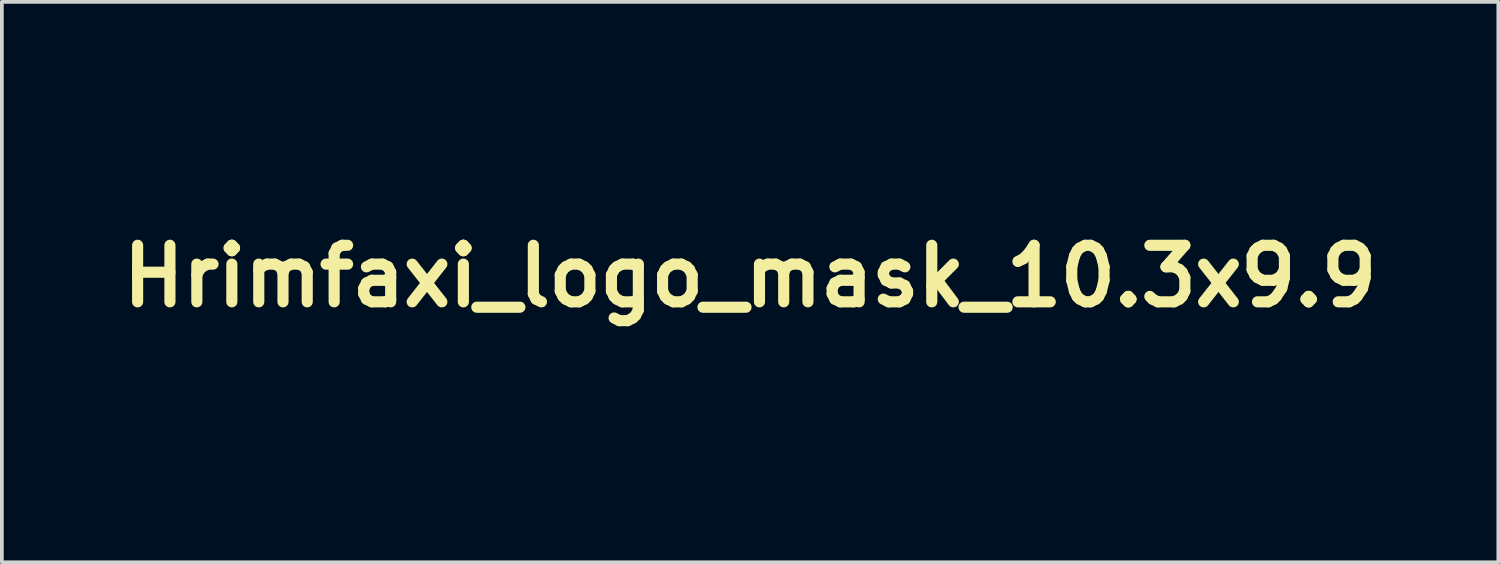
<source format=kicad_pcb>
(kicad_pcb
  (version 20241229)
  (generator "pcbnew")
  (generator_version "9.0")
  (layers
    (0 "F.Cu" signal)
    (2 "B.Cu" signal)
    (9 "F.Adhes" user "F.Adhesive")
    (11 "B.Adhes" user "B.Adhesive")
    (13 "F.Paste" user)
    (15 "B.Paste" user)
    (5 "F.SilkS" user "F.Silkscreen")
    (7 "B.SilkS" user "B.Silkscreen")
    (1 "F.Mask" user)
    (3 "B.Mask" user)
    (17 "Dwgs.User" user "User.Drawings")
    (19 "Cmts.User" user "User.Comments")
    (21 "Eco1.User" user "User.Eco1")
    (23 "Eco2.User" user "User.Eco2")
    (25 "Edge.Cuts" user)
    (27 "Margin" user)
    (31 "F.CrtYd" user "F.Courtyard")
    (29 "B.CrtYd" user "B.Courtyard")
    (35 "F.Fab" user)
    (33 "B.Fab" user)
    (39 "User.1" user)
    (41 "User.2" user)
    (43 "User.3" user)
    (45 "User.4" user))
  (footprint "Hrimfaxi_logo_mask_10.3x9.9"
    (layer "F.Cu")
    (at 17.17 4.397)
    (property "Reference" "Hrimfaxi_logo_mask_10.3x9.9" (at 0 0 0) (layer "F.SilkS") (effects (font (size 1.524 1.524) (thickness 0.3))))
    (attr through_hole)
    (fp_poly (pts (xy 4.433 1.074) (xy 4.422 1.085) (xy 4.41 1.074) (xy 4.422 1.062) (xy 4.433 1.074)) (stroke (width 0.01) (type solid)) (fill yes) (layer "F.Mask"))
    (fp_poly (pts (xy 3.433 0.031) (xy 3.43 0.045) (xy 3.417 0.046) (xy 3.398 0.038) (xy 3.402 0.031) (xy 3.429 0.028) (xy 3.433 0.031)) (stroke (width 0.01) (type solid)) (fill yes) (layer "F.Mask"))
    (fp_poly (pts (xy -0.603 2.53) (xy -0.531 2.573) (xy -0.511 2.587) (xy -0.414 2.657) (xy -0.506 2.766) (xy -0.564 2.834) (xy -0.615 2.897) (xy -0.641 2.929) (xy -0.674 2.964) (xy -0.698 2.963) (xy -0.707 2.952) (xy -0.727 2.9) (xy -0.736 2.82) (xy -0.734 2.726) (xy -0.72 2.637) (xy -0.714 2.612) (xy -0.688 2.548) (xy -0.653 2.521) (xy -0.603 2.53)) (stroke (width 0.01) (type solid)) (fill yes) (layer "F.Mask"))
    (fp_poly (pts (xy 4.489 2.533) (xy 4.564 2.577) (xy 4.61 2.614) (xy 4.66 2.66) (xy 4.532 2.819) (xy 4.469 2.898) (xy 4.428 2.946) (xy 4.404 2.97) (xy 4.391 2.974) (xy 4.381 2.964) (xy 4.378 2.959) (xy 4.358 2.902) (xy 4.349 2.824) (xy 4.351 2.735) (xy 4.362 2.649) (xy 4.38 2.576) (xy 4.404 2.528) (xy 4.426 2.517) (xy 4.489 2.533)) (stroke (width 0.01) (type solid)) (fill yes) (layer "F.Mask"))
    (fp_poly (pts (xy 4.282 3.149) (xy 4.352 3.199) (xy 4.386 3.238) (xy 4.388 3.279) (xy 4.36 3.332) (xy 4.351 3.346) (xy 4.305 3.429) (xy 4.253 3.542) (xy 4.2 3.671) (xy 4.152 3.802) (xy 4.116 3.922) (xy 4.101 3.98) (xy 4.073 4.115) (xy 3.999 4.053) (xy 3.961 4.016) (xy 3.938 3.975) (xy 3.927 3.922) (xy 3.93 3.849) (xy 3.946 3.747) (xy 3.971 3.617) (xy 4.014 3.442) (xy 4.064 3.304) (xy 4.118 3.205) (xy 4.176 3.147) (xy 4.236 3.131) (xy 4.282 3.149)) (stroke (width 0.01) (type solid)) (fill yes) (layer "F.Mask"))
    (fp_poly (pts (xy -0.813 3.147) (xy -0.735 3.204) (xy -0.724 3.214) (xy -0.675 3.259) (xy -0.75 3.384) (xy -0.793 3.466) (xy -0.841 3.571) (xy -0.888 3.687) (xy -0.931 3.805) (xy -0.965 3.913) (xy -0.987 3.998) (xy -0.993 4.043) (xy -0.999 4.093) (xy -1.02 4.106) (xy -1.061 4.082) (xy -1.093 4.054) (xy -1.13 4.008) (xy -1.149 3.949) (xy -1.153 3.869) (xy -1.141 3.761) (xy -1.113 3.617) (xy -1.108 3.594) (xy -1.066 3.434) (xy -1.016 3.3) (xy -0.962 3.199) (xy -0.921 3.15) (xy -0.874 3.13) (xy -0.813 3.147)) (stroke (width 0.01) (type solid)) (fill yes) (layer "F.Mask"))
    (fp_poly (pts (xy -0.904 -4.372) (xy -0.891 -4.323) (xy -0.873 -4.238) (xy -0.862 -4.185) (xy -0.842 -4.08) (xy -0.83 -4.008) (xy -0.828 -3.96) (xy -0.835 -3.924) (xy -0.851 -3.888) (xy -0.857 -3.876) (xy -0.887 -3.806) (xy -0.915 -3.718) (xy -0.926 -3.677) (xy -0.946 -3.605) (xy -0.966 -3.569) (xy -0.995 -3.556) (xy -1.006 -3.556) (xy -1.052 -3.571) (xy -1.071 -3.593) (xy -1.077 -3.631) (xy -1.082 -3.703) (xy -1.085 -3.796) (xy -1.085 -3.846) (xy -1.073 -4.036) (xy -1.036 -4.198) (xy -0.977 -4.328) (xy -0.949 -4.367) (xy -0.931 -4.388) (xy -0.917 -4.392) (xy -0.904 -4.372)) (stroke (width 0.01) (type solid)) (fill yes) (layer "F.Mask"))
    (fp_poly (pts (xy -1.714 2.966) (xy -1.659 2.992) (xy -1.603 3.024) (xy -1.56 3.053) (xy -1.547 3.07) (xy -1.564 3.101) (xy -1.573 3.108) (xy -1.596 3.136) (xy -1.628 3.194) (xy -1.663 3.266) (xy -1.696 3.34) (xy -1.719 3.403) (xy -1.727 3.441) (xy -1.727 3.444) (xy -1.709 3.438) (xy -1.669 3.405) (xy -1.612 3.352) (xy -1.547 3.287) (xy -1.481 3.217) (xy -1.422 3.149) (xy -1.376 3.092) (xy -1.371 3.085) (xy -1.331 3.04) (xy -1.292 3.029) (xy -1.26 3.034) (xy -1.216 3.052) (xy -1.211 3.08) (xy -1.214 3.089) (xy -1.223 3.131) (xy -1.23 3.204) (xy -1.234 3.293) (xy -1.235 3.308) (xy -1.242 3.428) (xy -1.259 3.505) (xy -1.287 3.539) (xy -1.328 3.532) (xy -1.364 3.505) (xy -1.417 3.448) (xy -1.457 3.395) (xy -1.494 3.339) (xy -1.628 3.465) (xy -1.764 3.624) (xy -1.864 3.811) (xy -1.92 3.988) (xy -1.944 4.068) (xy -1.975 4.105) (xy -2.019 4.103) (xy -2.077 4.066) (xy -2.107 4.04) (xy -2.121 4.013) (xy -2.12 3.971) (xy -2.106 3.901) (xy -2.103 3.888) (xy -2.073 3.768) (xy -2.035 3.636) (xy -1.991 3.498) (xy -1.944 3.362) (xy -1.896 3.235) (xy -1.85 3.123) (xy -1.809 3.035) (xy -1.776 2.977) (xy -1.752 2.956) (xy -1.752 2.956) (xy -1.714 2.966)) (stroke (width 0.01) (type solid)) (fill yes) (layer "F.Mask"))
    (fp_poly (pts (xy 3.841 3.005) (xy 3.88 3.037) (xy 3.902 3.068) (xy 3.902 3.073) (xy 3.889 3.115) (xy 3.852 3.183) (xy 3.799 3.266) (xy 3.736 3.356) (xy 3.67 3.443) (xy 3.608 3.516) (xy 3.581 3.543) (xy 3.529 3.6) (xy 3.495 3.648) (xy 3.487 3.671) (xy 3.496 3.708) (xy 3.522 3.774) (xy 3.558 3.856) (xy 3.569 3.878) (xy 3.611 3.974) (xy 3.629 4.038) (xy 3.621 4.079) (xy 3.585 4.105) (xy 3.529 4.122) (xy 3.496 4.127) (xy 3.469 4.115) (xy 3.44 4.081) (xy 3.4 4.015) (xy 3.384 3.987) (xy 3.3 3.837) (xy 3.088 3.997) (xy 2.985 4.073) (xy 2.913 4.122) (xy 2.864 4.147) (xy 2.834 4.152) (xy 2.816 4.138) (xy 2.81 4.125) (xy 2.822 4.096) (xy 2.871 4.048) (xy 2.952 3.984) (xy 2.966 3.974) (xy 3.051 3.911) (xy 3.128 3.849) (xy 3.185 3.8) (xy 3.197 3.789) (xy 3.259 3.723) (xy 3.187 3.507) (xy 3.152 3.391) (xy 3.124 3.277) (xy 3.105 3.172) (xy 3.096 3.086) (xy 3.097 3.027) (xy 3.111 3.002) (xy 3.113 3.002) (xy 3.149 3.006) (xy 3.212 3.018) (xy 3.255 3.027) (xy 3.371 3.052) (xy 3.373 3.206) (xy 3.378 3.303) (xy 3.39 3.396) (xy 3.403 3.452) (xy 3.431 3.544) (xy 3.516 3.429) (xy 3.571 3.348) (xy 3.633 3.247) (xy 3.686 3.152) (xy 3.726 3.075) (xy 3.758 3.016) (xy 3.774 2.986) (xy 3.776 2.984) (xy 3.801 2.983) (xy 3.841 3.005)) (stroke (width 0.01) (type solid)) (fill yes) (layer "F.Mask"))
    (fp_poly (pts (xy 2.451 3.046) (xy 2.5 3.092) (xy 2.512 3.105) (xy 2.591 3.192) (xy 2.502 3.232) (xy 2.424 3.281) (xy 2.336 3.36) (xy 2.248 3.456) (xy 2.172 3.557) (xy 2.124 3.641) (xy 2.09 3.731) (xy 2.065 3.827) (xy 2.06 3.862) (xy 2.056 3.928) (xy 2.062 3.961) (xy 2.083 3.971) (xy 2.096 3.972) (xy 2.147 3.951) (xy 2.213 3.893) (xy 2.29 3.801) (xy 2.374 3.68) (xy 2.463 3.535) (xy 2.552 3.37) (xy 2.563 3.348) (xy 2.617 3.249) (xy 2.66 3.19) (xy 2.7 3.165) (xy 2.742 3.171) (xy 2.781 3.194) (xy 2.799 3.211) (xy 2.806 3.233) (xy 2.801 3.269) (xy 2.781 3.328) (xy 2.745 3.421) (xy 2.741 3.431) (xy 2.674 3.618) (xy 2.634 3.778) (xy 2.621 3.909) (xy 2.632 3.993) (xy 2.647 4.051) (xy 2.642 4.079) (xy 2.608 4.093) (xy 2.571 4.101) (xy 2.499 4.102) (xy 2.453 4.069) (xy 2.431 4) (xy 2.431 3.892) (xy 2.44 3.809) (xy 2.452 3.739) (xy 2.46 3.706) (xy 2.456 3.702) (xy 2.43 3.731) (xy 2.388 3.786) (xy 2.362 3.822) (xy 2.278 3.928) (xy 2.191 4.015) (xy 2.11 4.077) (xy 2.042 4.108) (xy 2.024 4.11) (xy 1.981 4.094) (xy 1.933 4.055) (xy 1.93 4.052) (xy 1.877 3.962) (xy 1.858 3.846) (xy 1.874 3.708) (xy 1.923 3.554) (xy 1.976 3.44) (xy 2.04 3.336) (xy 2.12 3.235) (xy 2.205 3.145) (xy 2.288 3.076) (xy 2.359 3.037) (xy 2.368 3.034) (xy 2.412 3.03) (xy 2.451 3.046)) (stroke (width 0.01) (type solid)) (fill yes) (layer "F.Mask"))
    (fp_poly (pts (xy 2.305 2.319) (xy 2.308 2.32) (xy 2.309 2.345) (xy 2.296 2.4) (xy 2.273 2.474) (xy 2.245 2.554) (xy 2.215 2.629) (xy 2.188 2.686) (xy 2.172 2.71) (xy 2.15 2.724) (xy 2.134 2.712) (xy 2.122 2.666) (xy 2.112 2.582) (xy 2.109 2.555) (xy 2.099 2.478) (xy 2.088 2.422) (xy 2.077 2.401) (xy 2.043 2.421) (xy 1.996 2.473) (xy 1.942 2.549) (xy 1.887 2.639) (xy 1.837 2.735) (xy 1.817 2.78) (xy 1.769 2.895) (xy 1.737 2.975) (xy 1.722 3.026) (xy 1.723 3.055) (xy 1.741 3.068) (xy 1.774 3.073) (xy 1.806 3.075) (xy 1.87 3.084) (xy 1.902 3.103) (xy 1.912 3.133) (xy 1.912 3.163) (xy 1.893 3.18) (xy 1.845 3.188) (xy 1.799 3.191) (xy 1.678 3.198) (xy 1.623 3.36) (xy 1.569 3.524) (xy 1.509 3.711) (xy 1.448 3.907) (xy 1.39 4.099) (xy 1.338 4.276) (xy 1.297 4.423) (xy 1.292 4.442) (xy 1.265 4.543) (xy 1.241 4.627) (xy 1.223 4.685) (xy 1.214 4.705) (xy 1.199 4.695) (xy 1.178 4.654) (xy 1.177 4.65) (xy 1.148 4.59) (xy 1.12 4.549) (xy 1.107 4.527) (xy 1.103 4.494) (xy 1.107 4.439) (xy 1.121 4.356) (xy 1.142 4.249) (xy 1.17 4.117) (xy 1.201 3.978) (xy 1.23 3.852) (xy 1.246 3.787) (xy 1.27 3.695) (xy 1.293 3.607) (xy 1.319 3.511) (xy 1.352 3.396) (xy 1.394 3.249) (xy 1.4 3.227) (xy 1.4 3.202) (xy 1.376 3.19) (xy 1.318 3.187) (xy 1.304 3.187) (xy 1.234 3.18) (xy 1.206 3.164) (xy 1.221 3.143) (xy 1.276 3.119) (xy 1.326 3.107) (xy 1.436 3.083) (xy 1.503 2.909) (xy 1.584 2.735) (xy 1.68 2.583) (xy 1.785 2.465) (xy 1.838 2.42) (xy 1.907 2.379) (xy 1.984 2.352) (xy 2.087 2.333) (xy 2.111 2.33) (xy 2.197 2.321) (xy 2.266 2.317) (xy 2.305 2.319)) (stroke (width 0.01) (type solid)) (fill yes) (layer "F.Mask"))
    (fp_poly (pts (xy -2.531 -2.018) (xy -2.558 -1.897) (xy -2.544 -1.771) (xy -2.493 -1.648) (xy -2.409 -1.53) (xy -2.296 -1.423) (xy -2.158 -1.332) (xy -1.999 -1.262) (xy -1.863 -1.224) (xy -1.705 -1.212) (xy -1.562 -1.24) (xy -1.441 -1.306) (xy -1.345 -1.406) (xy -1.279 -1.539) (xy -1.266 -1.583) (xy -1.233 -1.72) (xy -1.16 -1.455) (xy -1.062 -1.044) (xy -1 -0.655) (xy -0.975 -0.287) (xy -0.985 0.057) (xy -1.031 0.375) (xy -1.113 0.667) (xy -1.217 0.905) (xy -1.269 0.996) (xy -1.327 1.084) (xy -1.375 1.147) (xy -1.453 1.235) (xy -1.454 1.152) (xy -1.451 1.104) (xy -1.443 1.019) (xy -1.431 0.904) (xy -1.416 0.77) (xy -1.398 0.623) (xy -1.395 0.598) (xy -1.372 0.413) (xy -1.356 0.26) (xy -1.347 0.127) (xy -1.343 0.002) (xy -1.343 -0.129) (xy -1.346 -0.219) (xy -1.354 -0.402) (xy -1.368 -0.546) (xy -1.389 -0.66) (xy -1.419 -0.752) (xy -1.462 -0.83) (xy -1.519 -0.9) (xy -1.546 -0.929) (xy -1.608 -0.988) (xy -1.654 -1.021) (xy -1.702 -1.036) (xy -1.767 -1.039) (xy -1.78 -1.039) (xy -1.881 -1.049) (xy -1.988 -1.082) (xy -2.109 -1.14) (xy -2.249 -1.226) (xy -2.413 -1.343) (xy -2.417 -1.346) (xy -2.537 -1.435) (xy -2.629 -1.501) (xy -2.702 -1.545) (xy -2.764 -1.572) (xy -2.824 -1.583) (xy -2.892 -1.583) (xy -2.976 -1.573) (xy -3.059 -1.561) (xy -3.254 -1.536) (xy -3.409 -1.525) (xy -3.529 -1.527) (xy -3.616 -1.541) (xy -3.677 -1.569) (xy -3.681 -1.573) (xy -3.743 -1.622) (xy -3.871 -1.573) (xy -3.949 -1.546) (xy -4.015 -1.528) (xy -4.046 -1.524) (xy -4.112 -1.54) (xy -4.19 -1.58) (xy -4.261 -1.633) (xy -4.307 -1.688) (xy -4.309 -1.69) (xy -4.338 -1.765) (xy -4.332 -1.816) (xy -4.29 -1.846) (xy -4.209 -1.856) (xy -4.12 -1.853) (xy -4.029 -1.851) (xy -3.944 -1.857) (xy -3.899 -1.867) (xy -3.822 -1.893) (xy -3.882 -1.841) (xy -3.937 -1.797) (xy -3.986 -1.762) (xy -4.009 -1.745) (xy -3.995 -1.745) (xy -3.96 -1.754) (xy -3.894 -1.775) (xy -3.813 -1.802) (xy -3.789 -1.811) (xy -3.736 -1.828) (xy -3.687 -1.836) (xy -3.63 -1.833) (xy -3.55 -1.821) (xy -3.49 -1.811) (xy -3.36 -1.792) (xy -3.222 -1.782) (xy -3.119 -1.782) (xy -3.043 -1.786) (xy -2.986 -1.794) (xy -2.936 -1.81) (xy -2.88 -1.839) (xy -2.809 -1.885) (xy -2.72 -1.947) (xy -2.495 -2.104) (xy -2.531 -2.018)) (stroke (width 0.01) (type solid)) (fill yes) (layer "F.Mask"))
    (fp_poly (pts (xy -3.002 2.412) (xy -2.922 2.474) (xy -2.856 2.54) (xy -2.826 2.589) (xy -2.825 2.607) (xy -2.838 2.641) (xy -2.867 2.708) (xy -2.907 2.798) (xy -2.953 2.902) (xy -2.955 2.906) (xy -2.999 3.007) (xy -3.034 3.092) (xy -3.056 3.152) (xy -3.062 3.18) (xy -3.061 3.181) (xy -3.034 3.183) (xy -2.972 3.18) (xy -2.883 3.172) (xy -2.792 3.161) (xy -2.536 3.129) (xy -2.437 2.882) (xy -2.391 2.771) (xy -2.343 2.664) (xy -2.301 2.576) (xy -2.277 2.531) (xy -2.24 2.471) (xy -2.212 2.443) (xy -2.181 2.441) (xy -2.153 2.45) (xy -2.085 2.482) (xy -2.034 2.515) (xy -1.978 2.558) (xy -2.05 2.666) (xy -2.093 2.739) (xy -2.139 2.83) (xy -2.185 2.929) (xy -2.225 3.024) (xy -2.253 3.104) (xy -2.265 3.156) (xy -2.265 3.16) (xy -2.26 3.209) (xy -2.249 3.273) (xy -2.243 3.325) (xy -2.256 3.345) (xy -2.282 3.348) (xy -2.326 3.357) (xy -2.342 3.368) (xy -2.358 3.409) (xy -2.38 3.485) (xy -2.405 3.585) (xy -2.432 3.7) (xy -2.457 3.818) (xy -2.479 3.929) (xy -2.494 4.023) (xy -2.495 4.034) (xy -2.508 4.125) (xy -2.52 4.198) (xy -2.529 4.241) (xy -2.532 4.248) (xy -2.551 4.238) (xy -2.59 4.202) (xy -2.621 4.17) (xy -2.674 4.097) (xy -2.706 4.019) (xy -2.716 3.926) (xy -2.707 3.809) (xy -2.681 3.671) (xy -2.66 3.57) (xy -2.639 3.482) (xy -2.624 3.418) (xy -2.619 3.399) (xy -2.613 3.366) (xy -2.627 3.354) (xy -2.674 3.358) (xy -2.693 3.361) (xy -2.759 3.369) (xy -2.853 3.379) (xy -2.957 3.388) (xy -2.978 3.39) (xy -3.174 3.406) (xy -3.24 3.568) (xy -3.274 3.661) (xy -3.313 3.782) (xy -3.351 3.909) (xy -3.37 3.978) (xy -3.396 4.079) (xy -3.42 4.162) (xy -3.437 4.218) (xy -3.444 4.237) (xy -3.468 4.233) (xy -3.515 4.21) (xy -3.523 4.205) (xy -3.583 4.158) (xy -3.63 4.106) (xy -3.652 4.063) (xy -3.652 4.023) (xy -3.632 3.97) (xy -3.61 3.917) (xy -3.577 3.833) (xy -3.536 3.729) (xy -3.499 3.632) (xy -3.457 3.523) (xy -3.431 3.449) (xy -3.418 3.401) (xy -3.418 3.373) (xy -3.429 3.356) (xy -3.447 3.342) (xy -3.478 3.305) (xy -3.469 3.273) (xy -3.422 3.256) (xy -3.408 3.256) (xy -3.379 3.25) (xy -3.355 3.227) (xy -3.328 3.179) (xy -3.295 3.097) (xy -3.283 3.065) (xy -3.244 2.954) (xy -3.206 2.83) (xy -3.171 2.704) (xy -3.143 2.587) (xy -3.124 2.491) (xy -3.117 2.43) (xy -3.104 2.388) (xy -3.065 2.382) (xy -3.002 2.412)) (stroke (width 0.01) (type solid)) (fill yes) (layer "F.Mask"))
    (fp_poly (pts (xy -0.21 3.013) (xy -0.152 3.048) (xy -0.117 3.081) (xy -0.107 3.102) (xy -0.111 3.134) (xy -0.13 3.184) (xy -0.169 3.259) (xy -0.22 3.349) (xy -0.292 3.481) (xy -0.349 3.594) (xy -0.387 3.682) (xy -0.404 3.74) (xy -0.402 3.762) (xy -0.386 3.762) (xy -0.371 3.741) (xy -0.333 3.69) (xy -0.279 3.618) (xy -0.214 3.531) (xy -0.211 3.527) (xy -0.083 3.366) (xy 0.032 3.242) (xy 0.132 3.156) (xy 0.214 3.11) (xy 0.231 3.106) (xy 0.289 3.106) (xy 0.353 3.122) (xy 0.408 3.149) (xy 0.437 3.18) (xy 0.439 3.188) (xy 0.428 3.216) (xy 0.4 3.277) (xy 0.359 3.359) (xy 0.31 3.453) (xy 0.26 3.549) (xy 0.221 3.631) (xy 0.195 3.69) (xy 0.189 3.717) (xy 0.204 3.711) (xy 0.24 3.674) (xy 0.289 3.613) (xy 0.311 3.585) (xy 0.398 3.472) (xy 0.491 3.363) (xy 0.582 3.265) (xy 0.663 3.187) (xy 0.728 3.136) (xy 0.744 3.126) (xy 0.823 3.099) (xy 0.897 3.097) (xy 0.955 3.118) (xy 0.987 3.158) (xy 0.986 3.204) (xy 0.973 3.239) (xy 0.944 3.308) (xy 0.905 3.4) (xy 0.859 3.506) (xy 0.852 3.521) (xy 0.791 3.668) (xy 0.751 3.781) (xy 0.732 3.866) (xy 0.729 3.902) (xy 0.73 3.966) (xy 0.741 3.997) (xy 0.77 4.006) (xy 0.79 4.007) (xy 0.85 4.014) (xy 0.865 4.034) (xy 0.836 4.065) (xy 0.805 4.086) (xy 0.717 4.126) (xy 0.643 4.126) (xy 0.572 4.088) (xy 0.521 4.019) (xy 0.501 3.921) (xy 0.51 3.796) (xy 0.549 3.648) (xy 0.602 3.513) (xy 0.634 3.439) (xy 0.655 3.382) (xy 0.661 3.355) (xy 0.661 3.355) (xy 0.636 3.36) (xy 0.588 3.4) (xy 0.521 3.468) (xy 0.439 3.562) (xy 0.346 3.677) (xy 0.25 3.804) (xy 0.159 3.924) (xy 0.09 4.01) (xy 0.039 4.063) (xy 0.000315 4.088) (xy -0.03 4.086) (xy -0.055 4.061) (xy -0.08 4.019) (xy -0.096 3.941) (xy -0.081 3.831) (xy -0.036 3.693) (xy 0.039 3.529) (xy 0.06 3.489) (xy 0.103 3.405) (xy 0.135 3.336) (xy 0.151 3.294) (xy 0.152 3.285) (xy 0.13 3.293) (xy 0.085 3.329) (xy 0.024 3.385) (xy -0.046 3.455) (xy -0.116 3.533) (xy -0.181 3.609) (xy -0.183 3.612) (xy -0.249 3.699) (xy -0.327 3.806) (xy -0.4 3.911) (xy -0.416 3.935) (xy -0.539 4.118) (xy -0.593 4.055) (xy -0.632 3.986) (xy -0.646 3.897) (xy -0.635 3.779) (xy -0.61 3.663) (xy -0.588 3.593) (xy -0.553 3.5) (xy -0.509 3.395) (xy -0.461 3.285) (xy -0.412 3.181) (xy -0.367 3.092) (xy -0.33 3.026) (xy -0.305 2.993) (xy -0.304 2.992) (xy -0.266 2.992) (xy -0.21 3.013)) (stroke (width 0.01) (type solid)) (fill yes) (layer "F.Mask"))
    (fp_poly (pts (xy -0.449 -4.318) (xy -0.435 -4.289) (xy -0.423 -4.233) (xy -0.414 -4.147) (xy -0.406 -4.025) (xy -0.398 -3.865) (xy -0.394 -3.746) (xy -0.388 -3.601) (xy -0.383 -3.472) (xy -0.377 -3.366) (xy -0.372 -3.29) (xy -0.368 -3.252) (xy -0.367 -3.248) (xy -0.271 -3.182) (xy -0.166 -3.131) (xy -0.043 -3.09) (xy 0.108 -3.057) (xy 0.259 -3.034) (xy 0.446 -3.004) (xy 0.602 -2.967) (xy 0.733 -2.919) (xy 0.847 -2.854) (xy 0.948 -2.768) (xy 1.045 -2.655) (xy 1.143 -2.511) (xy 1.249 -2.332) (xy 1.293 -2.251) (xy 1.42 -2.039) (xy 1.547 -1.87) (xy 1.681 -1.738) (xy 1.826 -1.641) (xy 1.99 -1.576) (xy 2.177 -1.537) (xy 2.393 -1.522) (xy 2.41 -1.521) (xy 2.598 -1.519) (xy 2.425 -1.474) (xy 2.2 -1.439) (xy 1.981 -1.449) (xy 1.769 -1.504) (xy 1.566 -1.605) (xy 1.537 -1.624) (xy 1.478 -1.668) (xy 1.395 -1.736) (xy 1.298 -1.821) (xy 1.196 -1.913) (xy 1.156 -1.951) (xy 1.017 -2.078) (xy 0.899 -2.173) (xy 0.796 -2.241) (xy 0.698 -2.284) (xy 0.598 -2.307) (xy 0.487 -2.313) (xy 0.404 -2.31) (xy 0.312 -2.304) (xy 0.431 -2.275) (xy 0.548 -2.24) (xy 0.655 -2.194) (xy 0.757 -2.131) (xy 0.859 -2.048) (xy 0.966 -1.94) (xy 1.083 -1.803) (xy 1.215 -1.632) (xy 1.302 -1.513) (xy 1.393 -1.39) (xy 1.485 -1.269) (xy 1.571 -1.158) (xy 1.643 -1.068) (xy 1.683 -1.021) (xy 1.821 -0.879) (xy 1.975 -0.744) (xy 2.134 -0.626) (xy 2.284 -0.534) (xy 2.32 -0.516) (xy 2.398 -0.478) (xy 2.438 -0.454) (xy 2.443 -0.443) (xy 2.42 -0.439) (xy 2.41 -0.439) (xy 2.326 -0.448) (xy 2.214 -0.471) (xy 2.093 -0.505) (xy 1.976 -0.545) (xy 1.879 -0.586) (xy 1.864 -0.594) (xy 1.807 -0.632) (xy 1.726 -0.695) (xy 1.629 -0.777) (xy 1.525 -0.87) (xy 1.456 -0.935) (xy 1.292 -1.086) (xy 1.155 -1.199) (xy 1.044 -1.276) (xy 1.017 -1.291) (xy 0.869 -1.37) (xy 1.18 -1.06) (xy 1.3 -0.939) (xy 1.43 -0.806) (xy 1.558 -0.673) (xy 1.671 -0.553) (xy 1.727 -0.492) (xy 1.923 -0.294) (xy 2.113 -0.137) (xy 2.302 -0.021) (xy 2.496 0.057) (xy 2.702 0.099) (xy 2.926 0.106) (xy 3.173 0.082) (xy 3.325 0.055) (xy 3.362 0.051) (xy 3.36 0.059) (xy 3.326 0.077) (xy 3.264 0.101) (xy 3.181 0.131) (xy 3.163 0.136) (xy 2.906 0.198) (xy 2.654 0.214) (xy 2.409 0.185) (xy 2.247 0.139) (xy 2.176 0.116) (xy 2.125 0.103) (xy 2.107 0.102) (xy 2.117 0.122) (xy 2.157 0.16) (xy 2.221 0.211) (xy 2.301 0.269) (xy 2.387 0.328) (xy 2.473 0.382) (xy 2.55 0.426) (xy 2.562 0.432) (xy 2.641 0.47) (xy 2.702 0.495) (xy 2.761 0.51) (xy 2.83 0.517) (xy 2.924 0.519) (xy 2.99 0.519) (xy 3.097 0.519) (xy 3.177 0.515) (xy 3.244 0.505) (xy 3.312 0.487) (xy 3.394 0.456) (xy 3.504 0.41) (xy 3.51 0.408) (xy 3.677 0.339) (xy 3.809 0.287) (xy 3.915 0.25) (xy 4.001 0.227) (xy 4.076 0.215) (xy 4.147 0.212) (xy 4.203 0.214) (xy 4.348 0.237) (xy 4.468 0.286) (xy 4.523 0.318) (xy 4.55 0.336) (xy 4.546 0.338) (xy 4.434 0.314) (xy 4.32 0.308) (xy 4.196 0.321) (xy 4.056 0.356) (xy 3.895 0.413) (xy 3.706 0.495) (xy 3.58 0.554) (xy 3.369 0.651) (xy 3.19 0.725) (xy 3.036 0.777) (xy 2.899 0.81) (xy 2.773 0.826) (xy 2.65 0.825) (xy 2.633 0.824) (xy 2.459 0.812) (xy 2.528 0.869) (xy 2.581 0.905) (xy 2.661 0.952) (xy 2.754 1.002) (xy 2.794 1.022) (xy 2.89 1.068) (xy 2.963 1.097) (xy 3.029 1.112) (xy 3.104 1.118) (xy 3.187 1.119) (xy 3.313 1.114) (xy 3.423 1.098) (xy 3.543 1.065) (xy 3.579 1.053) (xy 3.753 1.008) (xy 3.932 0.987) (xy 4.102 0.99) (xy 4.25 1.017) (xy 4.272 1.025) (xy 4.376 1.062) (xy 4.285 1.051) (xy 4.17 1.052) (xy 4.029 1.081) (xy 3.86 1.137) (xy 3.66 1.223) (xy 3.553 1.274) (xy 3.425 1.335) (xy 3.297 1.394) (xy 3.181 1.445) (xy 3.089 1.482) (xy 3.061 1.492) (xy 2.848 1.55) (xy 2.628 1.582) (xy 2.417 1.585) (xy 2.321 1.576) (xy 2.207 1.565) (xy 2.116 1.565) (xy 2.073 1.572) (xy 2.027 1.596) (xy 1.959 1.646) (xy 1.88 1.712) (xy 1.826 1.762) (xy 1.708 1.873) (xy 1.609 1.948) (xy 1.521 1.992) (xy 1.437 2.007) (xy 1.347 1.993) (xy 1.244 1.955) (xy 1.189 1.929) (xy 1.049 1.85) (xy 0.909 1.75) (xy 0.771 1.635) (xy 0.639 1.508) (xy 0.515 1.374) (xy 0.404 1.236) (xy 0.307 1.1) (xy 0.228 0.969) (xy 0.17 0.848) (xy 0.136 0.74) (xy 0.13 0.65) (xy 0.153 0.583) (xy 0.191 0.551) (xy 0.237 0.538) (xy 0.306 0.538) (xy 0.402 0.552) (xy 0.529 0.582) (xy 0.693 0.627) (xy 0.764 0.648) (xy 0.944 0.7) (xy 1.088 0.734) (xy 1.204 0.753) (xy 1.299 0.756) (xy 1.38 0.745) (xy 1.455 0.719) (xy 1.466 0.714) (xy 1.548 0.666) (xy 1.636 0.6) (xy 1.688 0.554) (xy 1.771 0.451) (xy 1.812 0.347) (xy 1.81 0.24) (xy 1.765 0.128) (xy 1.73 0.081) (xy 2.055 0.081) (xy 2.067 0.092) (xy 2.078 0.081) (xy 2.067 0.069) (xy 2.055 0.081) (xy 1.73 0.081) (xy 1.676 0.008) (xy 1.575 -0.094) (xy 1.45 -0.201) (xy 1.323 -0.297) (xy 1.183 -0.386) (xy 1.021 -0.475) (xy 0.827 -0.569) (xy 0.765 -0.598) (xy 0.633 -0.66) (xy 0.504 -0.724) (xy 0.388 -0.784) (xy 0.297 -0.835) (xy 0.264 -0.855) (xy 0.162 -0.931) (xy 0.053 -1.027) (xy -0.05 -1.132) (xy -0.138 -1.234) (xy -0.193 -1.314) (xy -0.236 -1.39) (xy -0.118 -1.308) (xy -0.013 -1.245) (xy 0.101 -1.191) (xy 0.211 -1.152) (xy 0.302 -1.132) (xy 0.321 -1.131) (xy 0.414 -1.143) (xy 0.505 -1.175) (xy 0.572 -1.218) (xy 0.581 -1.226) (xy 0.61 -1.285) (xy 0.596 -1.342) (xy 0.54 -1.393) (xy 0.446 -1.437) (xy 0.377 -1.457) (xy 0.234 -1.506) (xy 0.073 -1.587) (xy -0.098 -1.694) (xy -0.215 -1.78) (xy -0.29 -1.84) (xy -0.349 -1.889) (xy -0.382 -1.921) (xy -0.388 -1.929) (xy -0.363 -1.93) (xy -0.304 -1.926) (xy -0.224 -1.917) (xy -0.217 -1.916) (xy -0.088 -1.907) (xy 0.009 -1.914) (xy 0.069 -1.938) (xy 0.088 -1.967) (xy 0.075 -2.017) (xy 0.025 -2.084) (xy -0.06 -2.166) (xy -0.175 -2.26) (xy -0.318 -2.363) (xy -0.485 -2.471) (xy -0.521 -2.494) (xy -0.737 -2.625) (xy -0.672 -2.673) (xy -0.611 -2.742) (xy -0.594 -2.825) (xy -0.616 -2.912) (xy -0.667 -3.002) (xy -0.745 -3.104) (xy -0.837 -3.201) (xy -0.898 -3.254) (xy -0.989 -3.326) (xy -0.957 -3.204) (xy -0.938 -3.116) (xy -0.927 -3.019) (xy -0.924 -2.926) (xy -0.927 -2.846) (xy -0.937 -2.791) (xy -0.955 -2.771) (xy -0.993 -2.787) (xy -1.026 -2.816) (xy -1.073 -2.856) (xy -1.138 -2.887) (xy -1.225 -2.912) (xy -1.34 -2.931) (xy -1.49 -2.945) (xy -1.68 -2.955) (xy -1.697 -2.956) (xy -1.83 -2.961) (xy -1.947 -2.966) (xy -2.038 -2.971) (xy -2.098 -2.974) (xy -2.119 -2.976) (xy -2.124 -2.998) (xy -2.124 -3.013) (xy -2.145 -3.039) (xy -2.202 -3.052) (xy -2.287 -3.053) (xy -2.391 -3.042) (xy -2.507 -3.019) (xy -2.586 -2.997) (xy -2.749 -2.938) (xy -2.901 -2.868) (xy -3.036 -2.789) (xy -3.151 -2.706) (xy -3.24 -2.623) (xy -3.297 -2.544) (xy -3.317 -2.473) (xy -3.313 -2.444) (xy -3.282 -2.398) (xy -3.221 -2.363) (xy -3.127 -2.341) (xy -2.995 -2.329) (xy -2.845 -2.327) (xy -2.731 -2.329) (xy -2.629 -2.333) (xy -2.552 -2.338) (xy -2.51 -2.344) (xy -2.479 -2.35) (xy -2.49 -2.339) (xy -2.494 -2.336) (xy -2.547 -2.31) (xy -2.615 -2.29) (xy -2.703 -2.275) (xy -2.816 -2.265) (xy -2.961 -2.259) (xy -3.14 -2.256) (xy -3.36 -2.257) (xy -3.591 -2.258) (xy -3.78 -2.256) (xy -3.933 -2.251) (xy -4.055 -2.241) (xy -4.15 -2.226) (xy -4.224 -2.206) (xy -4.281 -2.18) (xy -4.326 -2.147) (xy -4.326 -2.147) (xy -4.368 -2.104) (xy -4.39 -2.063) (xy -4.396 -2.004) (xy -4.396 -1.952) (xy -4.396 -1.88) (xy -4.401 -1.846) (xy -4.414 -1.843) (xy -4.428 -1.853) (xy -4.461 -1.894) (xy -4.494 -1.954) (xy -4.496 -1.958) (xy -4.513 -2.006) (xy -4.511 -2.043) (xy -4.487 -2.085) (xy -4.455 -2.126) (xy -4.342 -2.239) (xy -4.192 -2.344) (xy -4.057 -2.413) (xy -3.994 -2.445) (xy -3.972 -2.463) (xy -3.99 -2.469) (xy -4.084 -2.452) (xy -4.195 -2.396) (xy -4.32 -2.305) (xy -4.331 -2.295) (xy -4.392 -2.245) (xy -4.437 -2.211) (xy -4.456 -2.201) (xy -4.457 -2.202) (xy -4.448 -2.229) (xy -4.426 -2.283) (xy -4.412 -2.314) (xy -4.38 -2.391) (xy -4.36 -2.455) (xy -4.328 -2.455) (xy -4.323 -2.456) (xy -4.298 -2.458) (xy -4.295 -2.449) (xy -4.286 -2.428) (xy -4.256 -2.433) (xy -4.197 -2.467) (xy -4.179 -2.479) (xy -4.118 -2.534) (xy -4.06 -2.608) (xy -4.043 -2.635) (xy -4.012 -2.693) (xy -4.003 -2.716) (xy -4.015 -2.711) (xy -4.036 -2.694) (xy -4.077 -2.666) (xy -4.103 -2.662) (xy -4.14 -2.659) (xy -4.194 -2.631) (xy -4.25 -2.584) (xy -4.297 -2.529) (xy -4.305 -2.517) (xy -4.327 -2.473) (xy -4.328 -2.455) (xy -4.36 -2.455) (xy -4.357 -2.463) (xy -4.352 -2.482) (xy -4.317 -2.555) (xy -4.249 -2.632) (xy -4.158 -2.703) (xy -4.056 -2.758) (xy -4.036 -2.766) (xy -3.976 -2.784) (xy -3.879 -2.808) (xy -3.755 -2.836) (xy -3.613 -2.865) (xy -3.462 -2.894) (xy -3.441 -2.898) (xy -3.19 -2.944) (xy -2.979 -2.987) (xy -2.803 -3.027) (xy -2.656 -3.066) (xy -2.532 -3.106) (xy -2.425 -3.149) (xy -2.329 -3.196) (xy -2.24 -3.25) (xy -2.177 -3.293) (xy -2.094 -3.349) (xy -2.028 -3.382) (xy -1.964 -3.399) (xy -1.895 -3.406) (xy -1.811 -3.416) (xy -1.701 -3.437) (xy -1.584 -3.463) (xy -1.532 -3.477) (xy -1.411 -3.507) (xy -1.315 -3.525) (xy -1.224 -3.531) (xy -1.119 -3.528) (xy -1.107 -3.527) (xy -0.909 -3.516) (xy -0.856 -3.688) (xy -0.838 -3.734) (xy -0.777 -3.734) (xy -0.775 -3.689) (xy -0.753 -3.645) (xy -0.74 -3.626) (xy -0.696 -3.58) (xy -0.664 -3.572) (xy -0.648 -3.605) (xy -0.647 -3.622) (xy -0.639 -3.68) (xy -0.619 -3.769) (xy -0.59 -3.874) (xy -0.556 -3.983) (xy -0.52 -4.084) (xy -0.496 -4.144) (xy -0.466 -4.215) (xy -0.456 -4.251) (xy -0.465 -4.255) (xy -0.475 -4.247) (xy -0.526 -4.194) (xy -0.587 -4.112) (xy -0.651 -4.016) (xy -0.707 -3.92) (xy -0.748 -3.836) (xy -0.761 -3.801) (xy -0.777 -3.734) (xy -0.838 -3.734) (xy -0.823 -3.774) (xy -0.773 -3.879) (xy -0.712 -3.992) (xy -0.646 -4.103) (xy -0.582 -4.201) (xy -0.525 -4.276) (xy -0.489 -4.313) (xy -0.467 -4.324) (xy -0.449 -4.318)) (stroke (width 0.01) (type solid)) (fill yes) (layer "F.Mask")))
  (gr_rect
    (start -3 -3)
    (end 37.341 12.107)
    (stroke (width 0.1) (type default))
    (fill no)
    (layer "Edge.Cuts")))
</source>
